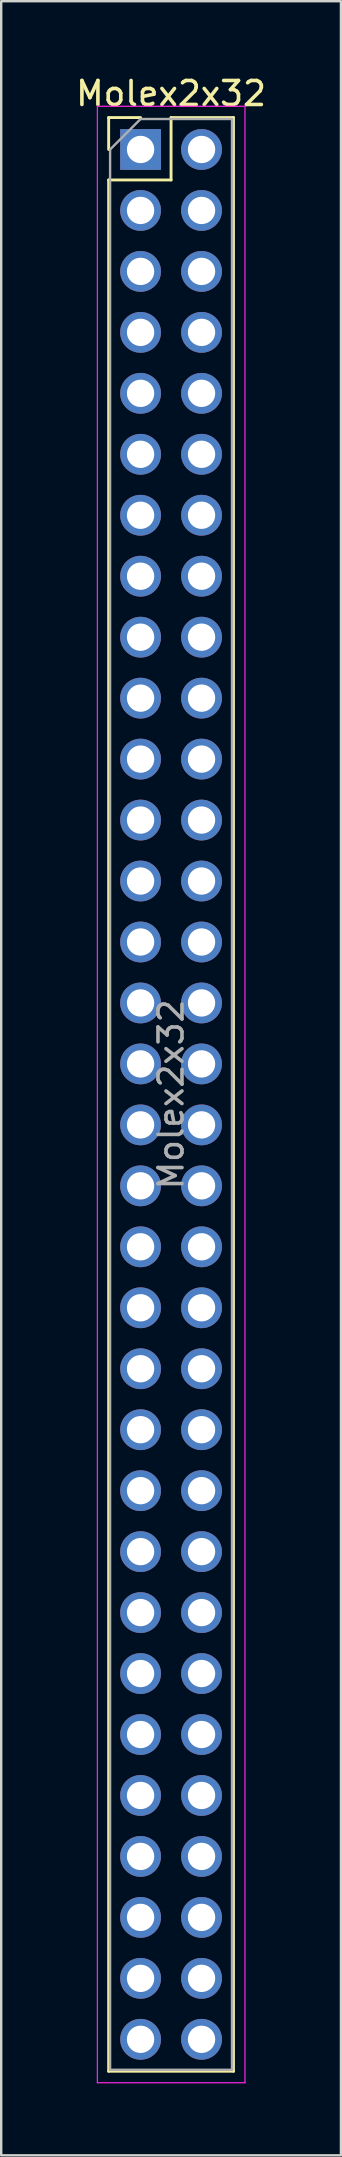
<source format=kicad_pcb>
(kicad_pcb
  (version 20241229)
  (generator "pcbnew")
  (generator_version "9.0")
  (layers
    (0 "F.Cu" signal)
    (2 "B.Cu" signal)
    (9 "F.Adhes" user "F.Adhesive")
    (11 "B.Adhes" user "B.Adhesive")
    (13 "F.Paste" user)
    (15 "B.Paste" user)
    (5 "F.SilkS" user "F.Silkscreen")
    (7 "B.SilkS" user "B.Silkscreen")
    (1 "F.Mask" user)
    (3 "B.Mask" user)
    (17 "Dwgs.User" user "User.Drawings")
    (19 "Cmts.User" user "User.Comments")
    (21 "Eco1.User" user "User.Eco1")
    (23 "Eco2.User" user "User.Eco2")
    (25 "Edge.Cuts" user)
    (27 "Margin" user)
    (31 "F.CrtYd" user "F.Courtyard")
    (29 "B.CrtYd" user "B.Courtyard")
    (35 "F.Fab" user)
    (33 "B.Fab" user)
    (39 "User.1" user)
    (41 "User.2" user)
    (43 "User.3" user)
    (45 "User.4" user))
  (footprint "Molex2x32"
    (layer "F.Cu")
    (at 2.807 3.178)
    (property "Reference" "Molex2x32" (at 1.27 -2.33 0) (layer "F.SilkS") (effects (font (size 1 1) (thickness 0.15))))
    (attr through_hole)
    (fp_line (start -1.33 -1.33) (end 0 -1.33) (stroke (width 0.12) (type solid)) (layer "F.SilkS"))
    (fp_line (start -1.33 0) (end -1.33 -1.33) (stroke (width 0.12) (type solid)) (layer "F.SilkS"))
    (fp_line (start -1.33 1.27) (end -1.33 80.07) (stroke (width 0.12) (type solid)) (layer "F.SilkS"))
    (fp_line (start -1.33 1.27) (end 1.27 1.27) (stroke (width 0.12) (type solid)) (layer "F.SilkS"))
    (fp_line (start -1.33 80.07) (end 3.87 80.07) (stroke (width 0.12) (type solid)) (layer "F.SilkS"))
    (fp_line (start 1.27 -1.33) (end 3.87 -1.33) (stroke (width 0.12) (type solid)) (layer "F.SilkS"))
    (fp_line (start 1.27 1.27) (end 1.27 -1.33) (stroke (width 0.12) (type solid)) (layer "F.SilkS"))
    (fp_line (start 3.87 -1.33) (end 3.87 80.07) (stroke (width 0.12) (type solid)) (layer "F.SilkS"))
    (fp_line (start -1.8 -1.8) (end -1.8 80.55) (stroke (width 0.05) (type solid)) (layer "F.CrtYd"))
    (fp_line (start -1.8 80.55) (end 4.35 80.55) (stroke (width 0.05) (type solid)) (layer "F.CrtYd"))
    (fp_line (start 4.35 -1.8) (end -1.8 -1.8) (stroke (width 0.05) (type solid)) (layer "F.CrtYd"))
    (fp_line (start 4.35 80.55) (end 4.35 -1.8) (stroke (width 0.05) (type solid)) (layer "F.CrtYd"))
    (fp_line (start -1.27 0) (end 0 -1.27) (stroke (width 0.1) (type solid)) (layer "F.Fab"))
    (fp_line (start -1.27 80.01) (end -1.27 0) (stroke (width 0.1) (type solid)) (layer "F.Fab"))
    (fp_line (start 0 -1.27) (end 3.81 -1.27) (stroke (width 0.1) (type solid)) (layer "F.Fab"))
    (fp_line (start 3.81 -1.27) (end 3.81 80.01) (stroke (width 0.1) (type solid)) (layer "F.Fab"))
    (fp_line (start 3.81 80.01) (end -1.27 80.01) (stroke (width 0.1) (type solid)) (layer "F.Fab"))
    (fp_text user "${REFERENCE}" (at 1.27 39.37 90) (layer "F.Fab") (effects (font (size 1 1) (thickness 0.15))))
    (pad "1" thru_hole rect (at 0 0) (size 1.7 1.7) (drill 1.14) (layers "*.Cu" "*.Mask"))
    (pad "2" thru_hole oval (at 2.54 0) (size 1.7 1.7) (drill 1.14) (layers "*.Cu" "*.Mask"))
    (pad "3" thru_hole oval (at 0 2.54) (size 1.7 1.7) (drill 1.14) (layers "*.Cu" "*.Mask"))
    (pad "4" thru_hole oval (at 2.54 2.54) (size 1.7 1.7) (drill 1.14) (layers "*.Cu" "*.Mask"))
    (pad "5" thru_hole oval (at 0 5.08) (size 1.7 1.7) (drill 1.14) (layers "*.Cu" "*.Mask"))
    (pad "6" thru_hole oval (at 2.54 5.08) (size 1.7 1.7) (drill 1.14) (layers "*.Cu" "*.Mask"))
    (pad "7" thru_hole oval (at 0 7.62) (size 1.7 1.7) (drill 1.14) (layers "*.Cu" "*.Mask"))
    (pad "8" thru_hole oval (at 2.54 7.62) (size 1.7 1.7) (drill 1.14) (layers "*.Cu" "*.Mask"))
    (pad "9" thru_hole oval (at 0 10.16) (size 1.7 1.7) (drill 1.14) (layers "*.Cu" "*.Mask"))
    (pad "10" thru_hole oval (at 2.54 10.16) (size 1.7 1.7) (drill 1.14) (layers "*.Cu" "*.Mask"))
    (pad "11" thru_hole oval (at 0 12.7) (size 1.7 1.7) (drill 1.14) (layers "*.Cu" "*.Mask"))
    (pad "12" thru_hole oval (at 2.54 12.7) (size 1.7 1.7) (drill 1.14) (layers "*.Cu" "*.Mask"))
    (pad "13" thru_hole oval (at 0 15.24) (size 1.7 1.7) (drill 1.14) (layers "*.Cu" "*.Mask"))
    (pad "14" thru_hole oval (at 2.54 15.24) (size 1.7 1.7) (drill 1.14) (layers "*.Cu" "*.Mask"))
    (pad "15" thru_hole oval (at 0 17.78) (size 1.7 1.7) (drill 1.14) (layers "*.Cu" "*.Mask"))
    (pad "16" thru_hole oval (at 2.54 17.78) (size 1.7 1.7) (drill 1.14) (layers "*.Cu" "*.Mask"))
    (pad "17" thru_hole oval (at 0 20.32) (size 1.7 1.7) (drill 1.14) (layers "*.Cu" "*.Mask"))
    (pad "18" thru_hole oval (at 2.54 20.32) (size 1.7 1.7) (drill 1.14) (layers "*.Cu" "*.Mask"))
    (pad "19" thru_hole oval (at 0 22.86) (size 1.7 1.7) (drill 1.14) (layers "*.Cu" "*.Mask"))
    (pad "20" thru_hole oval (at 2.54 22.86) (size 1.7 1.7) (drill 1.14) (layers "*.Cu" "*.Mask"))
    (pad "21" thru_hole oval (at 0 25.4) (size 1.7 1.7) (drill 1.14) (layers "*.Cu" "*.Mask"))
    (pad "22" thru_hole oval (at 2.54 25.4) (size 1.7 1.7) (drill 1.14) (layers "*.Cu" "*.Mask"))
    (pad "23" thru_hole oval (at 0 27.94) (size 1.7 1.7) (drill 1.14) (layers "*.Cu" "*.Mask"))
    (pad "24" thru_hole oval (at 2.54 27.94) (size 1.7 1.7) (drill 1.14) (layers "*.Cu" "*.Mask"))
    (pad "25" thru_hole oval (at 0 30.48) (size 1.7 1.7) (drill 1.14) (layers "*.Cu" "*.Mask"))
    (pad "26" thru_hole oval (at 2.54 30.48) (size 1.7 1.7) (drill 1.14) (layers "*.Cu" "*.Mask"))
    (pad "27" thru_hole oval (at 0 33.02) (size 1.7 1.7) (drill 1.14) (layers "*.Cu" "*.Mask"))
    (pad "28" thru_hole oval (at 2.54 33.02) (size 1.7 1.7) (drill 1.14) (layers "*.Cu" "*.Mask"))
    (pad "29" thru_hole oval (at 0 35.56) (size 1.7 1.7) (drill 1.14) (layers "*.Cu" "*.Mask"))
    (pad "30" thru_hole oval (at 2.54 35.56) (size 1.7 1.7) (drill 1.14) (layers "*.Cu" "*.Mask"))
    (pad "31" thru_hole oval (at 0 38.1) (size 1.7 1.7) (drill 1.14) (layers "*.Cu" "*.Mask"))
    (pad "32" thru_hole oval (at 2.54 38.1) (size 1.7 1.7) (drill 1.14) (layers "*.Cu" "*.Mask"))
    (pad "33" thru_hole oval (at 0 40.64) (size 1.7 1.7) (drill 1.14) (layers "*.Cu" "*.Mask"))
    (pad "34" thru_hole oval (at 2.54 40.64) (size 1.7 1.7) (drill 1.14) (layers "*.Cu" "*.Mask"))
    (pad "35" thru_hole oval (at 0 43.18) (size 1.7 1.7) (drill 1.14) (layers "*.Cu" "*.Mask"))
    (pad "36" thru_hole oval (at 2.54 43.18) (size 1.7 1.7) (drill 1.14) (layers "*.Cu" "*.Mask"))
    (pad "37" thru_hole oval (at 0 45.72) (size 1.7 1.7) (drill 1.14) (layers "*.Cu" "*.Mask"))
    (pad "38" thru_hole oval (at 2.54 45.72) (size 1.7 1.7) (drill 1.14) (layers "*.Cu" "*.Mask"))
    (pad "39" thru_hole oval (at 0 48.26) (size 1.7 1.7) (drill 1.14) (layers "*.Cu" "*.Mask"))
    (pad "40" thru_hole oval (at 2.54 48.26) (size 1.7 1.7) (drill 1.14) (layers "*.Cu" "*.Mask"))
    (pad "41" thru_hole oval (at 0 50.8) (size 1.7 1.7) (drill 1.14) (layers "*.Cu" "*.Mask"))
    (pad "42" thru_hole oval (at 2.54 50.8) (size 1.7 1.7) (drill 1.14) (layers "*.Cu" "*.Mask"))
    (pad "43" thru_hole oval (at 0 53.34) (size 1.7 1.7) (drill 1.14) (layers "*.Cu" "*.Mask"))
    (pad "44" thru_hole oval (at 2.54 53.34) (size 1.7 1.7) (drill 1.14) (layers "*.Cu" "*.Mask"))
    (pad "45" thru_hole oval (at 0 55.88) (size 1.7 1.7) (drill 1.14) (layers "*.Cu" "*.Mask"))
    (pad "46" thru_hole oval (at 2.54 55.88) (size 1.7 1.7) (drill 1.14) (layers "*.Cu" "*.Mask"))
    (pad "47" thru_hole oval (at 0 58.42) (size 1.7 1.7) (drill 1.14) (layers "*.Cu" "*.Mask"))
    (pad "48" thru_hole oval (at 2.54 58.42) (size 1.7 1.7) (drill 1.14) (layers "*.Cu" "*.Mask"))
    (pad "49" thru_hole oval (at 0 60.96) (size 1.7 1.7) (drill 1.14) (layers "*.Cu" "*.Mask"))
    (pad "50" thru_hole oval (at 2.54 60.96) (size 1.7 1.7) (drill 1.14) (layers "*.Cu" "*.Mask"))
    (pad "51" thru_hole oval (at 0 63.5) (size 1.7 1.7) (drill 1.14) (layers "*.Cu" "*.Mask"))
    (pad "52" thru_hole oval (at 2.54 63.5) (size 1.7 1.7) (drill 1.14) (layers "*.Cu" "*.Mask"))
    (pad "53" thru_hole oval (at 0 66.04) (size 1.7 1.7) (drill 1.14) (layers "*.Cu" "*.Mask"))
    (pad "54" thru_hole oval (at 2.54 66.04) (size 1.7 1.7) (drill 1.14) (layers "*.Cu" "*.Mask"))
    (pad "55" thru_hole oval (at 0 68.58) (size 1.7 1.7) (drill 1.14) (layers "*.Cu" "*.Mask"))
    (pad "56" thru_hole oval (at 2.54 68.58) (size 1.7 1.7) (drill 1.14) (layers "*.Cu" "*.Mask"))
    (pad "57" thru_hole oval (at 0 71.12) (size 1.7 1.7) (drill 1.14) (layers "*.Cu" "*.Mask"))
    (pad "58" thru_hole oval (at 2.54 71.12) (size 1.7 1.7) (drill 1.14) (layers "*.Cu" "*.Mask"))
    (pad "59" thru_hole oval (at 0 73.66) (size 1.7 1.7) (drill 1.14) (layers "*.Cu" "*.Mask"))
    (pad "60" thru_hole oval (at 2.54 73.66) (size 1.7 1.7) (drill 1.14) (layers "*.Cu" "*.Mask"))
    (pad "61" thru_hole oval (at 0 76.2) (size 1.7 1.7) (drill 1.14) (layers "*.Cu" "*.Mask"))
    (pad "62" thru_hole oval (at 2.54 76.2) (size 1.7 1.7) (drill 1.14) (layers "*.Cu" "*.Mask"))
    (pad "63" thru_hole oval (at 0 78.74) (size 1.7 1.7) (drill 1.14) (layers "*.Cu" "*.Mask"))
    (pad "64" thru_hole oval (at 2.54 78.74) (size 1.7 1.7) (drill 1.14) (layers "*.Cu" "*.Mask")))
  (gr_rect
    (start -3 -3)
    (end 11.155 86.753)
    (stroke (width 0.1) (type default))
    (fill no)
    (layer "Edge.Cuts")))
</source>
